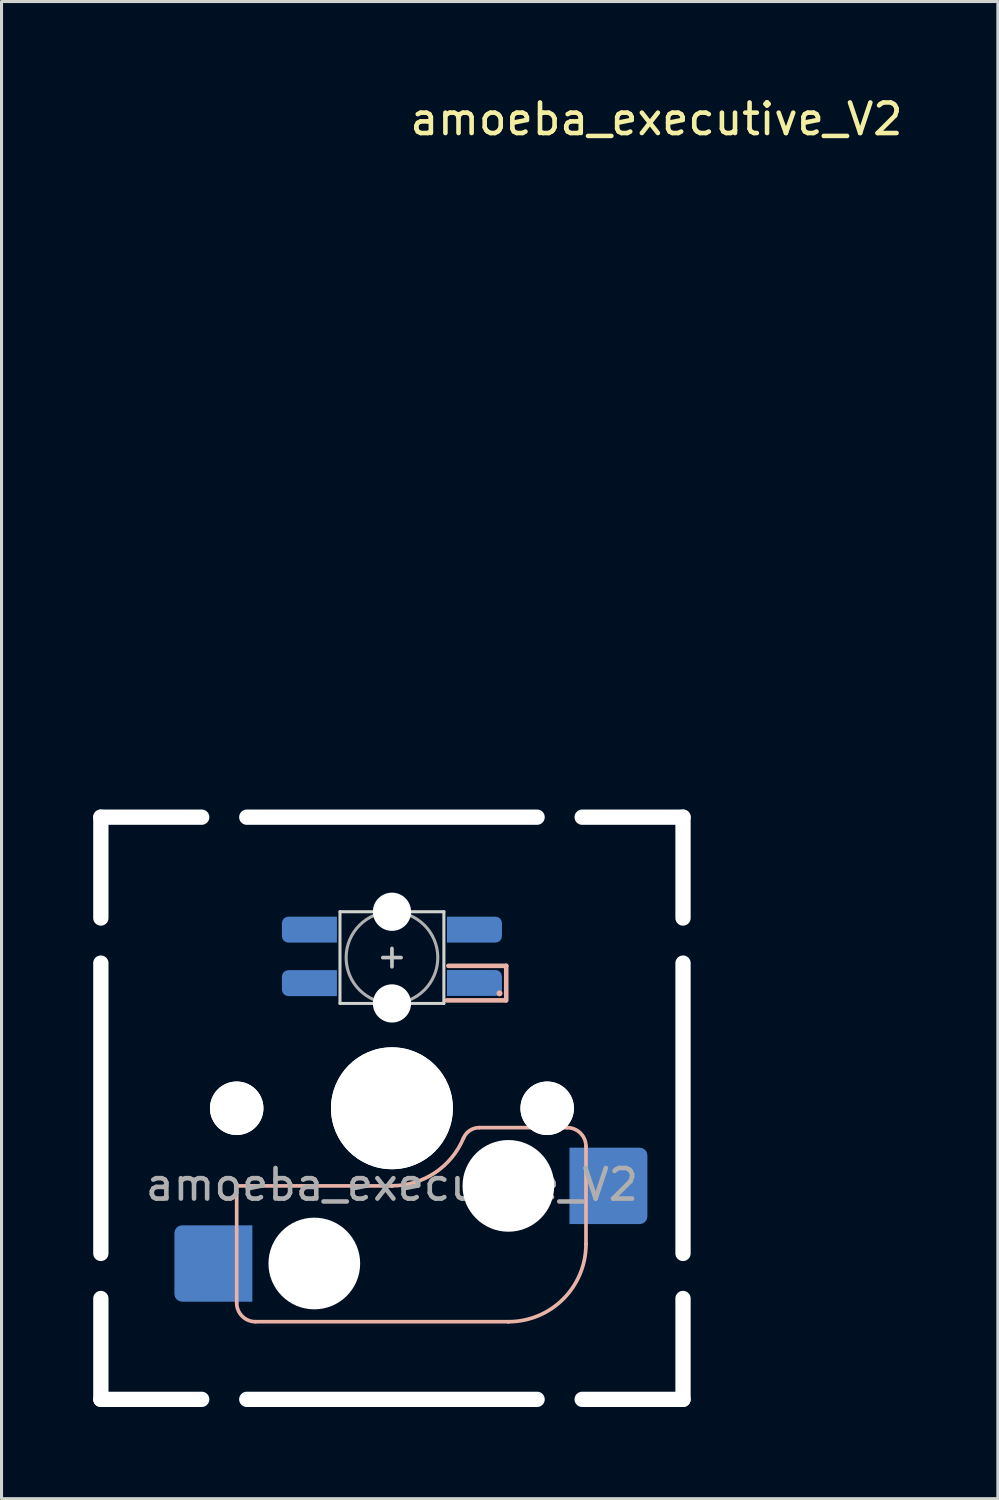
<source format=kicad_pcb>
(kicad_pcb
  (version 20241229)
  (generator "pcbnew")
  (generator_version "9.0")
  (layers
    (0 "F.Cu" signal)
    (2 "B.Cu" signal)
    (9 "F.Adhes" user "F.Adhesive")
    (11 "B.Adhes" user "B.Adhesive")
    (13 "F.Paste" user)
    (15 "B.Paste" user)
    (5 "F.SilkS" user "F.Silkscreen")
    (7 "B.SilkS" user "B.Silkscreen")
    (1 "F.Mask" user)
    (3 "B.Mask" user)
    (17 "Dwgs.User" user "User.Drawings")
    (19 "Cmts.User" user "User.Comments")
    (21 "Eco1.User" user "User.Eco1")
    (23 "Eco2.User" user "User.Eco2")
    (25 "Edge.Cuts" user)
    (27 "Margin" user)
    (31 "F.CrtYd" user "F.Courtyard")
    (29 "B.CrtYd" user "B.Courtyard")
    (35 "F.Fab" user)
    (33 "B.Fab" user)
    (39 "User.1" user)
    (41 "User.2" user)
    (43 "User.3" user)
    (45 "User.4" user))
  (footprint "amoeba_executive_V2"
    (layer "F.Cu")
    (at 9.775 33.215)
    (property "Reference" "amoeba_executive_V2" (at 8.655 -32.367 0) (unlocked yes) (layer "F.SilkS") (effects (font (size 1 1) (thickness 0.15))))
    (attr through_hole)
    (fp_line (start -5.08 2.54) (end -5.08 2.54) (stroke (width 0.12) (type solid)) (layer "B.SilkS"))
    (fp_line (start -5.08 2.54) (end -5.08 2.54) (stroke (width 0.12) (type solid)) (layer "B.SilkS"))
    (fp_line (start -5.08 6.36) (end -5.08 2.54) (stroke (width 0.12) (type solid)) (layer "B.SilkS"))
    (fp_line (start -4.46 6.985) (end 3.81 6.985) (stroke (width 0.12) (type solid)) (layer "B.SilkS"))
    (fp_line (start 0 2.54) (end -5.08 2.54) (stroke (width 0.12) (type solid)) (layer "B.SilkS"))
    (fp_line (start 0 2.54) (end 0 2.54) (stroke (width 0.12) (type solid)) (layer "B.SilkS"))
    (fp_line (start 1.8 -3.53) (end 3.724 -3.53) (stroke (width 0.15) (type solid)) (layer "B.SilkS"))
    (fp_line (start 2.86 0.635) (end 5.72 0.635) (stroke (width 0.12) (type solid)) (layer "B.SilkS"))
    (fp_line (start 3.74 -4.66) (end 1.847 -4.66) (stroke (width 0.15) (type solid)) (layer "B.SilkS"))
    (fp_line (start 3.74 -3.53) (end 3.74 -4.66) (stroke (width 0.15) (type solid)) (layer "B.SilkS"))
    (fp_line (start 3.81 6.985) (end 3.81 6.985) (stroke (width 0.12) (type solid)) (layer "B.SilkS"))
    (fp_line (start 6.35 1.25) (end 6.35 4.445) (stroke (width 0.12) (type solid)) (layer "B.SilkS"))
    (fp_line (start 6.35 4.445) (end 6.35 4.445) (stroke (width 0.12) (type solid)) (layer "B.SilkS"))
    (fp_arc (start -4.465 6.985) (mid -4.899871 6.804871) (end -5.08 6.37) (stroke (width 0.12) (type default)) (layer "B.SilkS"))
    (fp_arc (start 2.34 0.98) (mid 1.405313 2.11213) (end 0 2.536928) (stroke (width 0.12) (type solid)) (layer "B.SilkS"))
    (fp_arc (start 2.34 0.98) (mid 2.547383 0.727891) (end 2.859999 0.633863) (stroke (width 0.12) (type default)) (layer "B.SilkS"))
    (fp_arc (start 5.735129 0.635) (mid 6.170016 0.815134) (end 6.350129 1.25) (stroke (width 0.12) (type default)) (layer "B.SilkS"))
    (fp_arc (start 6.35 4.445) (mid 5.606051 6.241051) (end 3.81 6.985) (stroke (width 0.12) (type solid)) (layer "B.SilkS"))
    (fp_circle (center 3.521 -3.76) (end 3.62 -3.76) (stroke (width 0) (type solid)) (fill yes) (layer "B.SilkS"))
    (fp_line (start -9.525 -9.525) (end -9.525 -9.525) (stroke (width 0.15) (type solid)) (layer "Dwgs.User"))
    (fp_line (start -9.525 -9.525) (end -9.525 -9.525) (stroke (width 0.15) (type solid)) (layer "Dwgs.User"))
    (fp_line (start -9.525 -9.525) (end -9.525 -9.525) (stroke (width 0.15) (type solid)) (layer "Dwgs.User"))
    (fp_line (start -9.525 -9.525) (end -9.525 -9.525) (stroke (width 0.15) (type solid)) (layer "Dwgs.User"))
    (fp_line (start -9.525 9.525) (end -9.525 9.525) (stroke (width 0.15) (type solid)) (layer "Dwgs.User"))
    (fp_line (start -9.525 9.525) (end -9.525 9.525) (stroke (width 0.15) (type solid)) (layer "Dwgs.User"))
    (fp_line (start -9.525 9.525) (end -9.525 9.525) (stroke (width 0.15) (type solid)) (layer "Dwgs.User"))
    (fp_line (start -9.525 9.525) (end -9.525 9.525) (stroke (width 0.15) (type solid)) (layer "Dwgs.User"))
    (fp_line (start -0.299 -4.93) (end 0.3 -4.93) (stroke (width 0.12) (type solid)) (layer "Dwgs.User"))
    (fp_line (start 0.001 -4.63) (end 0.001 -5.23) (stroke (width 0.12) (type solid)) (layer "Dwgs.User"))
    (fp_line (start 9.525 -9.525) (end 9.525 -9.525) (stroke (width 0.15) (type solid)) (layer "Dwgs.User"))
    (fp_line (start 9.525 -9.525) (end 9.525 -9.525) (stroke (width 0.15) (type solid)) (layer "Dwgs.User"))
    (fp_line (start 9.525 -9.525) (end 9.525 -9.525) (stroke (width 0.15) (type solid)) (layer "Dwgs.User"))
    (fp_line (start 9.525 -9.525) (end 9.525 -9.525) (stroke (width 0.15) (type solid)) (layer "Dwgs.User"))
    (fp_line (start 9.525 9.525) (end 9.525 9.525) (stroke (width 0.15) (type solid)) (layer "Dwgs.User"))
    (fp_line (start 9.525 9.525) (end 9.525 9.525) (stroke (width 0.15) (type solid)) (layer "Dwgs.User"))
    (fp_line (start 9.525 9.525) (end 9.525 9.525) (stroke (width 0.15) (type solid)) (layer "Dwgs.User"))
    (fp_line (start 9.525 9.525) (end 9.525 9.525) (stroke (width 0.15) (type solid)) (layer "Dwgs.User"))
    (fp_line (start -9.525 -1.27) (end -9.525 -3.81) (stroke (width 0.1) (type solid)) (layer "Eco1.User"))
    (fp_line (start -9.525 1.27) (end -9.525 3.81) (stroke (width 0.1) (type solid)) (layer "Eco1.User"))
    (fp_line (start -8.255 -7.62) (end -8.255 -5.08) (stroke (width 0.1) (type solid)) (layer "Eco1.User"))
    (fp_line (start -8.255 5.08) (end -8.255 7.62) (stroke (width 0.1) (type solid)) (layer "Eco1.User"))
    (fp_line (start -7.62 -8.255) (end -6.35 -8.255) (stroke (width 0.1) (type solid)) (layer "Eco1.User"))
    (fp_line (start -7.62 -7.62) (end -5.62 -7.62) (stroke (width 0.381) (type solid)) (layer "Eco1.User"))
    (fp_line (start -7.62 -5.62) (end -7.62 -7.62) (stroke (width 0.381) (type solid)) (layer "Eco1.User"))
    (fp_line (start -7.62 5.62) (end -7.62 7.62) (stroke (width 0.381) (type solid)) (layer "Eco1.User"))
    (fp_line (start -7.62 7.62) (end -5.62 7.62) (stroke (width 0.381) (type solid)) (layer "Eco1.User"))
    (fp_line (start -7.62 8.255) (end -6.35 8.255) (stroke (width 0.1) (type solid)) (layer "Eco1.User"))
    (fp_line (start -5.08 -9.525) (end -2.293 -9.525) (stroke (width 0.1) (type solid)) (layer "Eco1.User"))
    (fp_line (start -5.08 9.525) (end -2.293 9.525) (stroke (width 0.1) (type solid)) (layer "Eco1.User"))
    (fp_line (start 0.247 9.525) (end 5.08 9.525) (stroke (width 0.1) (type solid)) (layer "Eco1.User"))
    (fp_line (start 5.08 -9.525) (end 0.247 -9.525) (stroke (width 0.1) (type solid)) (layer "Eco1.User"))
    (fp_line (start 5.62 -7.62) (end 7.62 -7.62) (stroke (width 0.381) (type solid)) (layer "Eco1.User"))
    (fp_line (start 5.62 7.62) (end 7.62 7.62) (stroke (width 0.381) (type solid)) (layer "Eco1.User"))
    (fp_line (start 6.35 -8.255) (end 7.62 -8.255) (stroke (width 0.1) (type solid)) (layer "Eco1.User"))
    (fp_line (start 7.62 -5.62) (end 7.62 -7.62) (stroke (width 0.381) (type solid)) (layer "Eco1.User"))
    (fp_line (start 7.62 7.62) (end 7.62 5.62) (stroke (width 0.381) (type solid)) (layer "Eco1.User"))
    (fp_line (start 7.62 8.255) (end 6.35 8.255) (stroke (width 0.1) (type solid)) (layer "Eco1.User"))
    (fp_line (start 8.255 -7.62) (end 8.255 -5.08) (stroke (width 0.1) (type solid)) (layer "Eco1.User"))
    (fp_line (start 8.255 7.62) (end 8.255 5.08) (stroke (width 0.1) (type solid)) (layer "Eco1.User"))
    (fp_line (start 9.525 -1.27) (end 9.525 -3.81) (stroke (width 0.1) (type solid)) (layer "Eco1.User"))
    (fp_line (start 9.525 1.27) (end 9.525 3.81) (stroke (width 0.1) (type solid)) (layer "Eco1.User"))
    (fp_arc (start -9.525 -3.81) (mid -9.339013 -4.259013) (end -8.89 -4.445) (stroke (width 0.1) (type solid)) (layer "Eco1.User"))
    (fp_arc (start -9.525 -1.8) (mid -7.725 0) (end -9.525 1.8) (stroke (width 0.1) (type solid)) (layer "Eco1.User"))
    (fp_arc (start -9.525 -1.27) (mid -8.255 0) (end -9.525 1.27) (stroke (width 0.1) (type solid)) (layer "Eco1.User"))
    (fp_arc (start -8.89 4.445) (mid -9.339013 4.259013) (end -9.525 3.81) (stroke (width 0.1) (type solid)) (layer "Eco1.User"))
    (fp_arc (start -8.89 4.445) (mid -8.440987 4.630987) (end -8.255 5.08) (stroke (width 0.1) (type solid)) (layer "Eco1.User"))
    (fp_arc (start -8.255 -7.62) (mid -8.069013 -8.069013) (end -7.62 -8.255) (stroke (width 0.1) (type solid)) (layer "Eco1.User"))
    (fp_arc (start -8.255 -5.08) (mid -8.440987 -4.630987) (end -8.89 -4.445) (stroke (width 0.1) (type solid)) (layer "Eco1.User"))
    (fp_arc (start -7.62 8.255) (mid -8.069013 8.069013) (end -8.255 7.62) (stroke (width 0.1) (type solid)) (layer "Eco1.User"))
    (fp_arc (start -6.35 8.255) (mid -5.900987 8.440987) (end -5.715 8.89) (stroke (width 0.1) (type solid)) (layer "Eco1.User"))
    (fp_arc (start -5.715 -8.89) (mid -5.900987 -8.440987) (end -6.35 -8.255) (stroke (width 0.1) (type solid)) (layer "Eco1.User"))
    (fp_arc (start -5.715 -8.89) (mid -5.529013 -9.339013) (end -5.08 -9.525) (stroke (width 0.1) (type solid)) (layer "Eco1.User"))
    (fp_arc (start -5.08 9.525) (mid -5.529013 9.339013) (end -5.715 8.89) (stroke (width 0.1) (type solid)) (layer "Eco1.User"))
    (fp_arc (start -2.8264 9.525) (mid -1.023 7.7216) (end 0.7804 9.525) (stroke (width 0.1) (type solid)) (layer "Eco1.User"))
    (fp_arc (start -2.293 9.525) (mid -1.023 8.255) (end 0.247 9.525) (stroke (width 0.1) (type solid)) (layer "Eco1.User"))
    (fp_arc (start 0.247 -9.525) (mid -1.023 -8.255) (end -2.293 -9.525) (stroke (width 0.1) (type solid)) (layer "Eco1.User"))
    (fp_arc (start 0.7804 -9.525) (mid -1.023 -7.7216) (end -2.8264 -9.525) (stroke (width 0.1) (type solid)) (layer "Eco1.User"))
    (fp_arc (start 5.08 -9.525) (mid 5.529013 -9.339013) (end 5.715 -8.89) (stroke (width 0.1) (type solid)) (layer "Eco1.User"))
    (fp_arc (start 5.715 8.89) (mid 5.529013 9.339013) (end 5.08 9.525) (stroke (width 0.1) (type solid)) (layer "Eco1.User"))
    (fp_arc (start 5.715 8.89) (mid 5.900987 8.440987) (end 6.35 8.255) (stroke (width 0.1) (type solid)) (layer "Eco1.User"))
    (fp_arc (start 6.35 -8.255) (mid 5.900987 -8.440987) (end 5.715 -8.89) (stroke (width 0.1) (type solid)) (layer "Eco1.User"))
    (fp_arc (start 7.62 -8.255) (mid 8.069013 -8.069013) (end 8.255 -7.62) (stroke (width 0.1) (type solid)) (layer "Eco1.User"))
    (fp_arc (start 8.255 5.08) (mid 8.440987 4.630987) (end 8.89 4.445) (stroke (width 0.1) (type solid)) (layer "Eco1.User"))
    (fp_arc (start 8.255 7.62) (mid 8.069013 8.069013) (end 7.62 8.255) (stroke (width 0.1) (type solid)) (layer "Eco1.User"))
    (fp_arc (start 8.89 -4.445) (mid 8.440987 -4.630987) (end 8.255 -5.08) (stroke (width 0.1) (type solid)) (layer "Eco1.User"))
    (fp_arc (start 8.89 -4.445) (mid 9.339013 -4.259013) (end 9.525 -3.81) (stroke (width 0.1) (type solid)) (layer "Eco1.User"))
    (fp_arc (start 9.525 1.27) (mid 8.255 0) (end 9.525 -1.27) (stroke (width 0.1) (type solid)) (layer "Eco1.User"))
    (fp_arc (start 9.525 1.8254) (mid 7.6996 0) (end 9.525 -1.8254) (stroke (width 0.1) (type solid)) (layer "Eco1.User"))
    (fp_arc (start 9.525 3.81) (mid 9.339013 4.259013) (end 8.89 4.445) (stroke (width 0.1) (type solid)) (layer "Eco1.User"))
    (fp_rect (start 7 7) (end -7 -7) (stroke (width 0.1) (type default)) (fill no) (layer "Eco2.User"))
    (fp_line (start -1.7 -6.43) (end -1.7 -3.43) (stroke (width 0.1) (type solid)) (layer "Edge.Cuts"))
    (fp_line (start 1.7 -6.43) (end -1.7 -6.43) (stroke (width 0.1) (type solid)) (layer "Edge.Cuts"))
    (fp_line (start 1.7 -3.43) (end -1.7 -3.43) (stroke (width 0.1) (type solid)) (layer "Edge.Cuts"))
    (fp_line (start 1.7 -3.43) (end 1.7 -6.43) (stroke (width 0.1) (type solid)) (layer "Edge.Cuts"))
    (fp_circle (center 0.001 -4.93) (end 0.001 -6.43) (stroke (width 0.1) (type solid)) (fill no) (layer "F.Fab"))
    (fp_line (start -9.525 9.525) (end -9.525 -9.525) (stroke (width 0.15) (type solid)) (layer "User.2"))
    (fp_line (start 9.525 -9.525) (end -9.525 -9.525) (stroke (width 0.15) (type solid)) (layer "User.2"))
    (fp_line (start 9.525 9.525) (end -9.525 9.525) (stroke (width 0.15) (type solid)) (layer "User.2"))
    (fp_line (start 9.525 9.525) (end 9.525 -9.525) (stroke (width 0.15) (type solid)) (layer "User.2"))
    (fp_text user "${REFERENCE}" (at 0 2.5 0) (unlocked yes) (layer "F.Fab") (effects (font (size 1 1) (thickness 0.15))))
    (pad "" np_thru_hole oval (at -9.525 -7.875 90) (size 3.8 0.5) (drill oval 3.8 0.5) (layers "*.Cu" "*.Mask"))
    (pad "" np_thru_hole oval (at -9.525 0 90) (size 10 0.5) (drill oval 10 0.5) (layers "*.Cu" "*.Mask"))
    (pad "" np_thru_hole oval (at -9.525 7.875 90) (size 3.8 0.5) (drill oval 3.8 0.5) (layers "*.Cu" "*.Mask"))
    (pad "" np_thru_hole oval (at -7.875 -9.525) (size 3.8 0.5) (drill oval 3.8 0.5) (layers "*.Cu" "*.Mask"))
    (pad "" np_thru_hole oval (at -7.875 9.525) (size 3.8 0.5) (drill oval 3.8 0.5) (layers "*.Cu" "*.Mask"))
    (pad "" np_thru_hole circle (at -5.08 0 180) (size 1.75 1.75) (drill 1.75) (layers "*.Cu" "*.Mask"))
    (pad "" np_thru_hole circle (at -5.08 0 180) (size 1.75 1.75) (drill 1.75) (layers "*.Cu" "*.Mask"))
    (pad "" smd roundrect (at -2.689 -5.845) (size 1.82 0.85) (layers "B.Mask") (roundrect_rratio 0.25) (chamfer_ratio 0) (chamfer top_right bottom_right))
    (pad "" smd roundrect (at -2.689 -4.095) (size 1.82 0.84) (layers "B.Mask") (roundrect_rratio 0.25) (chamfer_ratio 0) (chamfer top_right bottom_right))
    (pad "" np_thru_hole circle (at -2.54 5.08 180) (size 3 3) (drill 3) (layers "*.Cu" "*.Mask"))
    (pad "" np_thru_hole oval (at 0 -9.525) (size 10 0.5) (drill oval 10 0.5) (layers "*.Cu" "*.Mask"))
    (pad "" np_thru_hole circle (at 0 0 180) (size 3.988 3.988) (drill 3.988) (layers "*.Cu" "*.Mask"))
    (pad "" np_thru_hole circle (at 0 0 180) (size 3.988 3.988) (drill 3.988) (layers "*.Cu" "*.Mask"))
    (pad "" np_thru_hole oval (at 0 9.525) (size 10 0.5) (drill oval 10 0.5) (layers "*.Cu" "*.Mask"))
    (pad "" np_thru_hole circle (at 0.001 -6.43 180) (size 1.25 1.25) (drill 1.25) (layers "*.Cu" "*.Mask"))
    (pad "" np_thru_hole circle (at 0.001 -3.43 180) (size 1.25 1.25) (drill 1.25) (layers "*.Cu" "*.Mask"))
    (pad "" smd rect (at 2.471 -4.09 180) (size 1.38 0.84) (layers "B.Mask"))
    (pad "" smd roundrect (at 2.691 -5.84 180) (size 1.82 0.84) (layers "B.Mask") (roundrect_rratio 0.25) (chamfer_ratio 0) (chamfer top_right bottom_right))
    (pad "" smd roundrect (at 2.855 -4.09 180) (size 1.49 0.84) (layers "B.Mask") (roundrect_rratio 0.25) (chamfer_ratio 0.5) (chamfer top_left))
    (pad "" np_thru_hole circle (at 3.81 2.54 180) (size 3 3) (drill 3) (layers "*.Cu" "*.Mask"))
    (pad "" np_thru_hole circle (at 5.08 0 180) (size 1.75 1.75) (drill 1.75) (layers "*.Cu" "*.Mask"))
    (pad "" np_thru_hole circle (at 5.08 0 180) (size 1.75 1.75) (drill 1.75) (layers "*.Cu" "*.Mask"))
    (pad "" np_thru_hole oval (at 7.875 -9.525) (size 3.8 0.5) (drill oval 3.8 0.5) (layers "*.Cu" "*.Mask"))
    (pad "" np_thru_hole oval (at 7.875 9.525) (size 3.8 0.5) (drill oval 3.8 0.5) (layers "*.Cu" "*.Mask"))
    (pad "" np_thru_hole oval (at 9.525 -7.875 90) (size 3.8 0.5) (drill oval 3.8 0.5) (layers "*.Cu" "*.Mask"))
    (pad "" np_thru_hole oval (at 9.525 0 90) (size 10 0.5) (drill oval 10 0.5) (layers "*.Cu" "*.Mask"))
    (pad "" np_thru_hole oval (at 9.525 7.875 90) (size 3.8 0.5) (drill oval 3.8 0.5) (layers "*.Cu" "*.Mask"))
    (pad "1" smd custom (at -2.7 -5.845) (size 0.85 0.85) (layers "B.Cu") (options (anchor circle)) (primitives (gr_poly (pts (xy -0.9 -0.212) (xy -0.884 -0.294) (xy -0.838 -0.363) (xy -0.769 -0.409) (xy -0.688 -0.425) (xy 0.9 -0.425) (xy 0.9 0.425) (xy -0.688 0.425) (xy -0.769 0.409) (xy -0.838 0.363) (xy -0.884 0.294) (xy -0.9 0.212)) (width 0) (fill yes))))
    (pad "2" smd custom (at -2.7 -4.095 180) (size 0.85 0.85) (layers "B.Cu") (options (anchor circle)) (primitives (gr_poly (pts (xy -0.9 -0.425) (xy 0.688 -0.425) (xy 0.769 -0.409) (xy 0.838 -0.363) (xy 0.884 -0.294) (xy 0.9 -0.212) (xy 0.9 0.212) (xy 0.884 0.294) (xy 0.838 0.363) (xy 0.769 0.409) (xy 0.688 0.425) (xy -0.9 0.425)) (width 0) (fill yes))))
    (pad "3" smd custom (at 2.7 -4.1 180) (size 0.85 0.85) (layers "B.Cu") (options (anchor circle)) (primitives (gr_poly (pts (xy 0.9 -0.425) (xy -0.688 -0.425) (xy -0.769 -0.409) (xy -0.838 -0.363) (xy -0.884 -0.294) (xy -0.9 -0.212) (xy -0.9 0.212) (xy -0.884 0.294) (xy -0.838 0.363) (xy -0.769 0.409) (xy -0.688 0.425) (xy 0.9 0.425)) (width 0) (fill yes))))
    (pad "4" smd custom (at 2.7 -5.845) (size 0.85 0.85) (layers "B.Cu") (options (anchor circle)) (primitives (gr_poly (pts (xy -0.9 -0.425) (xy 0.688 -0.425) (xy 0.769 -0.409) (xy 0.838 -0.363) (xy 0.884 -0.294) (xy 0.9 -0.212) (xy 0.9 0.212) (xy 0.884 0.294) (xy 0.838 0.363) (xy 0.769 0.409) (xy 0.688 0.425) (xy -0.9 0.425)) (width 0) (fill yes))))
    (pad "5" smd roundrect (at 7.085 2.54 180) (size 2.55 2.5) (layers "B.Cu" "B.Mask" "B.Paste") (roundrect_rratio 0.1) (chamfer_ratio 0) (chamfer top_right bottom_right))
    (pad "6" smd roundrect (at -5.842 5.08 180) (size 2.55 2.5) (layers "B.Cu" "B.Mask" "B.Paste") (roundrect_rratio 0.1) (chamfer_ratio 0) (chamfer top_left bottom_left)))
  (gr_rect
    (start -3 -3)
    (end 29.603 45.99)
    (stroke (width 0.1) (type default))
    (fill no)
    (layer "Edge.Cuts")))
</source>
